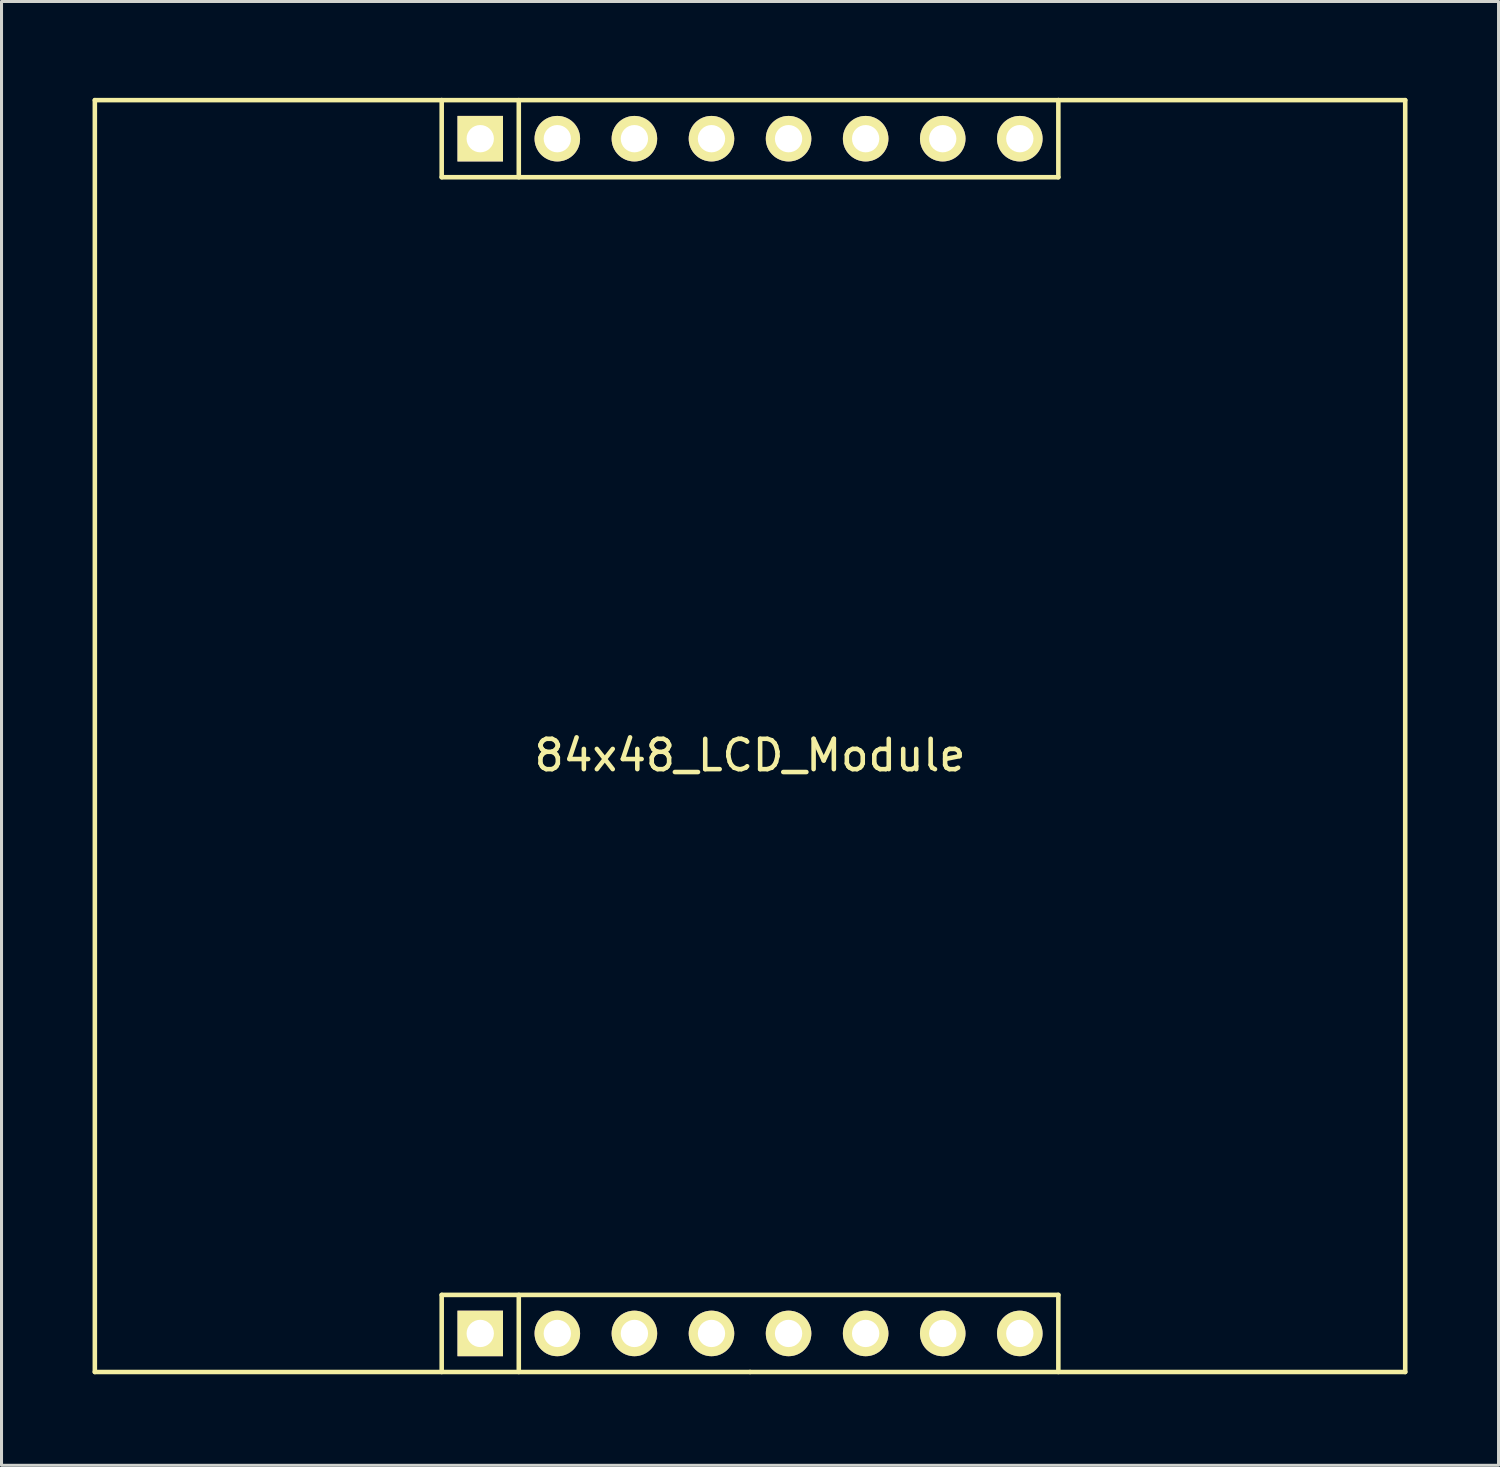
<source format=kicad_pcb>
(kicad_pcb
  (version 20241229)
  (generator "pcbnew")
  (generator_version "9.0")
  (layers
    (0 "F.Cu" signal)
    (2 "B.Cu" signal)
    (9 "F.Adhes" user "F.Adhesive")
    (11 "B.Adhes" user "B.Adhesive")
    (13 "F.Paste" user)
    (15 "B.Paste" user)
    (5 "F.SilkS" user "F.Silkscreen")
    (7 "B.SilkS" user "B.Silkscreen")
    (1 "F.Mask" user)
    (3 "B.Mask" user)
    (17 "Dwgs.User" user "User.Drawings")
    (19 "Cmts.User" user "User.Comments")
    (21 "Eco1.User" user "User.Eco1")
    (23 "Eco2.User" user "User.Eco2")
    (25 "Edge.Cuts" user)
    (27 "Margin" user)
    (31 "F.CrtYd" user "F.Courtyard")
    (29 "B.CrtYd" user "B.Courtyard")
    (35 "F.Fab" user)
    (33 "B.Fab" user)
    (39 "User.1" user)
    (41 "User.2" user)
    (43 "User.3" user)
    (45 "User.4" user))
  (footprint "84x48_LCD_Module"
    (layer "F.Cu")
    (at 21.665 0.25)
    (property "Reference" "84x48_LCD_Module" (at 0 21.59 0) (layer "F.SilkS") (effects (font (size 1 1) (thickness 0.15))))
    (attr through_hole)
    (fp_line (start -21.59 0) (end -21.59 41.91) (stroke (width 0.15) (type solid)) (layer "F.SilkS"))
    (fp_line (start -21.59 0) (end -10.16 0) (stroke (width 0.15) (type solid)) (layer "F.SilkS"))
    (fp_line (start -10.16 0) (end -10.16 2.54) (stroke (width 0.15) (type solid)) (layer "F.SilkS"))
    (fp_line (start -10.16 2.54) (end 10.16 2.54) (stroke (width 0.15) (type solid)) (layer "F.SilkS"))
    (fp_line (start -10.16 39.37) (end 10.16 39.37) (stroke (width 0.15) (type solid)) (layer "F.SilkS"))
    (fp_line (start -10.16 41.91) (end -10.16 39.37) (stroke (width 0.15) (type solid)) (layer "F.SilkS"))
    (fp_line (start -7.62 0) (end -7.62 2.54) (stroke (width 0.15) (type solid)) (layer "F.SilkS"))
    (fp_line (start -7.62 39.37) (end -7.62 41.91) (stroke (width 0.15) (type solid)) (layer "F.SilkS"))
    (fp_line (start 0 41.91) (end -21.59 41.91) (stroke (width 0.15) (type solid)) (layer "F.SilkS"))
    (fp_line (start 0 41.91) (end 21.59 41.91) (stroke (width 0.15) (type solid)) (layer "F.SilkS"))
    (fp_line (start 10.16 0) (end -10.16 0) (stroke (width 0.15) (type solid)) (layer "F.SilkS"))
    (fp_line (start 10.16 2.54) (end 10.16 0) (stroke (width 0.15) (type solid)) (layer "F.SilkS"))
    (fp_line (start 10.16 39.37) (end 10.16 41.91) (stroke (width 0.15) (type solid)) (layer "F.SilkS"))
    (fp_line (start 21.59 0) (end 10.16 0) (stroke (width 0.15) (type solid)) (layer "F.SilkS"))
    (fp_line (start 21.59 0) (end 21.59 41.91) (stroke (width 0.15) (type solid)) (layer "F.SilkS"))
    (pad "1" thru_hole rect (at -8.89 1.27) (size 1.5 1.5) (drill 0.9) (layers "*.Cu" "*.Mask" "F.SilkS"))
    (pad "1" thru_hole rect (at -8.89 40.64) (size 1.5 1.5) (drill 0.9) (layers "*.Cu" "*.Mask" "F.SilkS"))
    (pad "2" thru_hole oval (at -6.35 1.27) (size 1.5 1.5) (drill 0.9) (layers "*.Cu" "*.Mask" "F.SilkS"))
    (pad "2" thru_hole circle (at -6.35 40.64) (size 1.5 1.5) (drill 0.9) (layers "*.Cu" "*.Mask" "F.SilkS"))
    (pad "3" thru_hole oval (at -3.81 1.27) (size 1.5 1.5) (drill 0.9) (layers "*.Cu" "*.Mask" "F.SilkS"))
    (pad "3" thru_hole circle (at -3.81 40.64) (size 1.5 1.5) (drill 0.9) (layers "*.Cu" "*.Mask" "F.SilkS"))
    (pad "4" thru_hole oval (at -1.27 1.27) (size 1.5 1.5) (drill 0.9) (layers "*.Cu" "*.Mask" "F.SilkS"))
    (pad "4" thru_hole circle (at -1.27 40.64) (size 1.5 1.5) (drill 0.9) (layers "*.Cu" "*.Mask" "F.SilkS"))
    (pad "5" thru_hole oval (at 1.27 1.27) (size 1.5 1.5) (drill 0.9) (layers "*.Cu" "*.Mask" "F.SilkS"))
    (pad "5" thru_hole circle (at 1.27 40.64) (size 1.5 1.5) (drill 0.9) (layers "*.Cu" "*.Mask" "F.SilkS"))
    (pad "6" thru_hole oval (at 3.81 1.27) (size 1.5 1.5) (drill 0.9) (layers "*.Cu" "*.Mask" "F.SilkS"))
    (pad "6" thru_hole circle (at 3.81 40.64) (size 1.5 1.5) (drill 0.9) (layers "*.Cu" "*.Mask" "F.SilkS"))
    (pad "7" thru_hole oval (at 6.35 1.27) (size 1.5 1.5) (drill 0.9) (layers "*.Cu" "*.Mask" "F.SilkS"))
    (pad "7" thru_hole circle (at 6.35 40.64) (size 1.5 1.5) (drill 0.9) (layers "*.Cu" "*.Mask" "F.SilkS"))
    (pad "8" thru_hole oval (at 8.89 1.27) (size 1.5 1.5) (drill 0.9) (layers "*.Cu" "*.Mask" "F.SilkS"))
    (pad "8" thru_hole circle (at 8.89 40.64) (size 1.5 1.5) (drill 0.9) (layers "*.Cu" "*.Mask" "F.SilkS")))
  (gr_rect
    (start -3 -3)
    (end 46.33 45.235)
    (stroke (width 0.1) (type default))
    (fill no)
    (layer "Edge.Cuts")))
</source>
